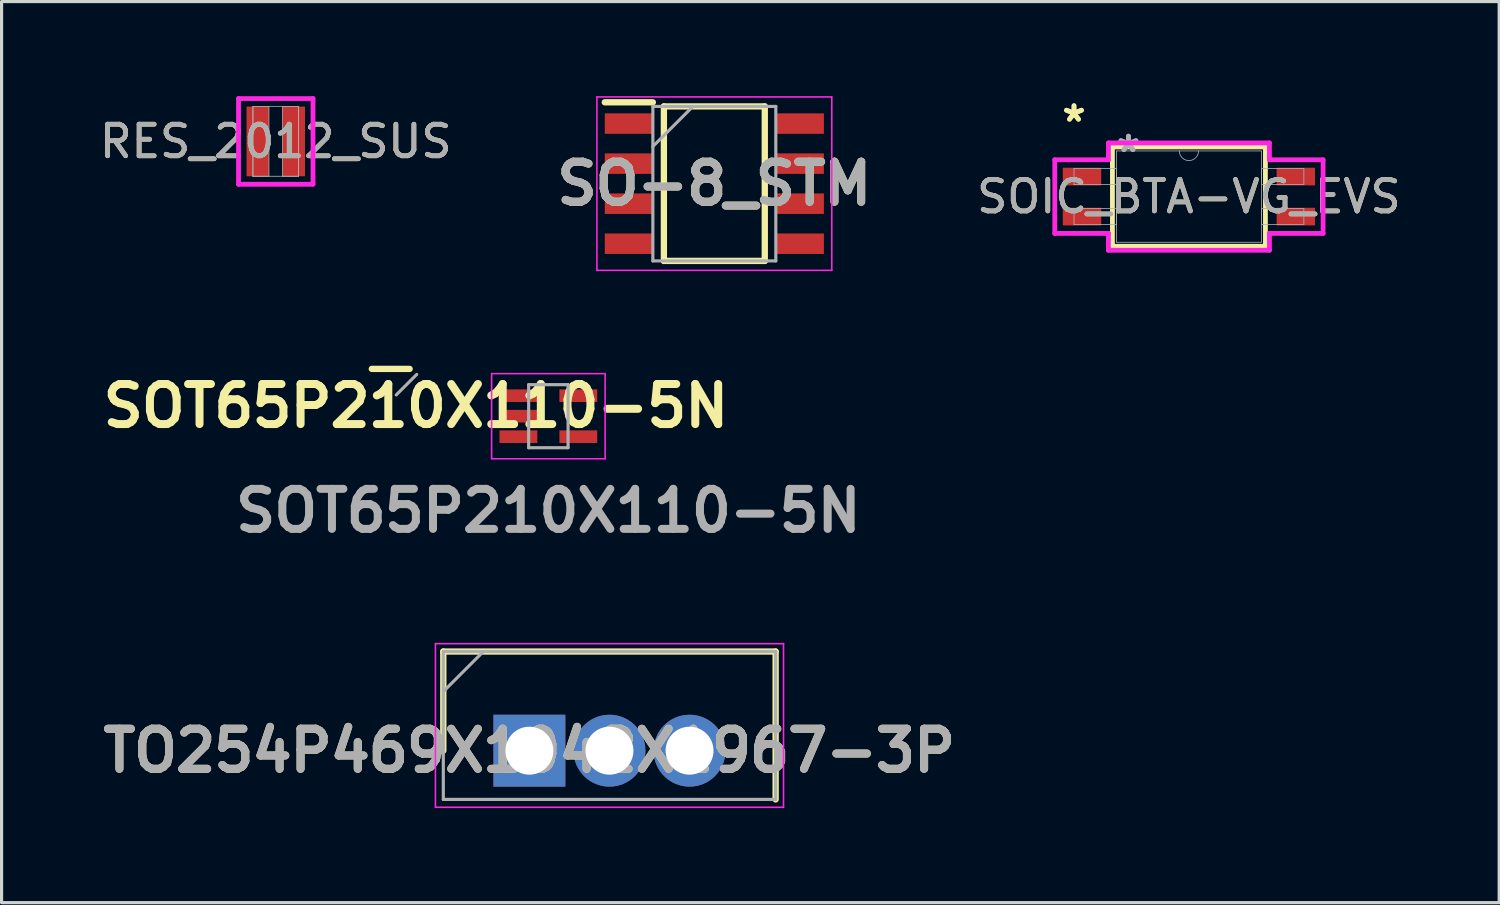
<source format=kicad_pcb>
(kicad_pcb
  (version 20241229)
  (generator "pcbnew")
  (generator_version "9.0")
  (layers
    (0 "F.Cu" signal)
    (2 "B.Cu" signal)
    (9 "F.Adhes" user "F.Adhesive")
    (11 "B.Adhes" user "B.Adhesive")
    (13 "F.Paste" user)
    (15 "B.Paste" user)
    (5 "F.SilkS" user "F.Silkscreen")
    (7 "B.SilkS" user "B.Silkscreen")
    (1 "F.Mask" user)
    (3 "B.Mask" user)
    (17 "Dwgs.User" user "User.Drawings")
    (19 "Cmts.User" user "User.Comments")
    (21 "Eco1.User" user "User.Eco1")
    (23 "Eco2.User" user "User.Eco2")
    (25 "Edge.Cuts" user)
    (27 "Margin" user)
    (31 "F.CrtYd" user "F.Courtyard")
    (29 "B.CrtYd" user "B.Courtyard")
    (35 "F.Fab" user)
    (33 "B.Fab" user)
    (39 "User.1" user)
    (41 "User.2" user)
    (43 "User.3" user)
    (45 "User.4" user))
  (footprint "SO-8_STM"
    (layer "F.Cu")
    (at 19.606 2.775)
    (property "Reference" "SO-8_STM" (at 0 0 0) (layer "F.SilkS") (effects (font (size 1.27 1.27) (thickness 0.254))))
    (attr smd)
    (fp_line (start -3.475 -2.58) (end -1.95 -2.58) (stroke (width 0.2) (type solid)) (layer "F.SilkS"))
    (fp_line (start -1.6 -2.45) (end 1.6 -2.45) (stroke (width 0.2) (type solid)) (layer "F.SilkS"))
    (fp_line (start -1.6 2.45) (end -1.6 -2.45) (stroke (width 0.2) (type solid)) (layer "F.SilkS"))
    (fp_line (start 1.6 -2.45) (end 1.6 2.45) (stroke (width 0.2) (type solid)) (layer "F.SilkS"))
    (fp_line (start 1.6 2.45) (end -1.6 2.45) (stroke (width 0.2) (type solid)) (layer "F.SilkS"))
    (fp_line (start -3.725 -2.75) (end 3.725 -2.75) (stroke (width 0.05) (type solid)) (layer "F.CrtYd"))
    (fp_line (start -3.725 2.75) (end -3.725 -2.75) (stroke (width 0.05) (type solid)) (layer "F.CrtYd"))
    (fp_line (start 3.725 -2.75) (end 3.725 2.75) (stroke (width 0.05) (type solid)) (layer "F.CrtYd"))
    (fp_line (start 3.725 2.75) (end -3.725 2.75) (stroke (width 0.05) (type solid)) (layer "F.CrtYd"))
    (fp_line (start -1.95 -2.45) (end 1.95 -2.45) (stroke (width 0.1) (type solid)) (layer "F.Fab"))
    (fp_line (start -1.95 -1.18) (end -0.68 -2.45) (stroke (width 0.1) (type solid)) (layer "F.Fab"))
    (fp_line (start -1.95 2.45) (end -1.95 -2.45) (stroke (width 0.1) (type solid)) (layer "F.Fab"))
    (fp_line (start 1.95 -2.45) (end 1.95 2.45) (stroke (width 0.1) (type solid)) (layer "F.Fab"))
    (fp_line (start 1.95 2.45) (end -1.95 2.45) (stroke (width 0.1) (type solid)) (layer "F.Fab"))
    (fp_text user "${REFERENCE}" (at 0 0 0) (layer "F.Fab") (effects (font (size 1.27 1.27) (thickness 0.254))))
    (pad "1" smd rect (at -2.712 -1.905 90) (size 0.65 1.525) (layers "F.Cu" "F.Mask" "F.Paste"))
    (pad "2" smd rect (at -2.712 -0.635 90) (size 0.65 1.525) (layers "F.Cu" "F.Mask" "F.Paste"))
    (pad "3" smd rect (at -2.712 0.635 90) (size 0.65 1.525) (layers "F.Cu" "F.Mask" "F.Paste"))
    (pad "4" smd rect (at -2.712 1.905 90) (size 0.65 1.525) (layers "F.Cu" "F.Mask" "F.Paste"))
    (pad "5" smd rect (at 2.712 1.905 90) (size 0.65 1.525) (layers "F.Cu" "F.Mask" "F.Paste"))
    (pad "6" smd rect (at 2.712 0.635 90) (size 0.65 1.525) (layers "F.Cu" "F.Mask" "F.Paste"))
    (pad "7" smd rect (at 2.712 -0.635 90) (size 0.65 1.525) (layers "F.Cu" "F.Mask" "F.Paste"))
    (pad "8" smd rect (at 2.712 -1.905 90) (size 0.65 1.525) (layers "F.Cu" "F.Mask" "F.Paste")))
  (footprint "RES_2012_SUS"
    (layer "F.Cu")
    (at 5.696 1.435)
    (property "Reference" "RES_2012_SUS" (at 0 0 0) (unlocked yes) (layer "F.SilkS") (effects (font (size 1 1) (thickness 0.15))))
    (attr smd)
    (fp_line (start -1.181 -1.359) (end 1.181 -1.359) (stroke (width 0.152) (type solid)) (layer "F.CrtYd"))
    (fp_line (start -1.181 1.359) (end -1.181 -1.359) (stroke (width 0.152) (type solid)) (layer "F.CrtYd"))
    (fp_line (start 1.181 -1.359) (end 1.181 1.359) (stroke (width 0.152) (type solid)) (layer "F.CrtYd"))
    (fp_line (start 1.181 1.359) (end -1.181 1.359) (stroke (width 0.152) (type solid)) (layer "F.CrtYd"))
    (fp_line (start -0.724 -1.105) (end -0.724 1.105) (stroke (width 0.025) (type solid)) (layer "F.Fab"))
    (fp_line (start -0.724 -1.105) (end -0.724 1.105) (stroke (width 0.025) (type solid)) (layer "F.Fab"))
    (fp_line (start -0.724 1.105) (end -0.216 1.105) (stroke (width 0.025) (type solid)) (layer "F.Fab"))
    (fp_line (start -0.724 1.105) (end 0.724 1.105) (stroke (width 0.025) (type solid)) (layer "F.Fab"))
    (fp_line (start -0.216 -1.105) (end -0.724 -1.105) (stroke (width 0.025) (type solid)) (layer "F.Fab"))
    (fp_line (start -0.216 1.105) (end -0.216 -1.105) (stroke (width 0.025) (type solid)) (layer "F.Fab"))
    (fp_line (start 0.216 -1.105) (end 0.216 1.105) (stroke (width 0.025) (type solid)) (layer "F.Fab"))
    (fp_line (start 0.216 1.105) (end 0.724 1.105) (stroke (width 0.025) (type solid)) (layer "F.Fab"))
    (fp_line (start 0.724 -1.105) (end -0.724 -1.105) (stroke (width 0.025) (type solid)) (layer "F.Fab"))
    (fp_line (start 0.724 -1.105) (end 0.216 -1.105) (stroke (width 0.025) (type solid)) (layer "F.Fab"))
    (fp_line (start 0.724 1.105) (end 0.724 -1.105) (stroke (width 0.025) (type solid)) (layer "F.Fab"))
    (fp_line (start 0.724 1.105) (end 0.724 -1.105) (stroke (width 0.025) (type solid)) (layer "F.Fab"))
    (fp_text user "${REFERENCE}" (at 0 0 0) (unlocked yes) (layer "F.Fab") (effects (font (size 1 1) (thickness 0.15))))
    (pad "1" smd rect (at -0.572 0) (size 0.711 2.21) (layers "F.Cu" "F.Mask" "F.Paste"))
    (pad "2" smd rect (at 0.572 0) (size 0.711 2.21) (layers "F.Cu" "F.Mask" "F.Paste"))
    (zone (net_name "") (layer "F.Cu") (hatch full 0.508) (connect_pads) (min_thickness 0.254) (filled_areas_thickness no) (keepout (tracks not_allowed) (vias not_allowed) (pads allowed) (copperpour not_allowed) (footprints allowed)) (placement (enabled no)) (fill) (polygon (pts (xy 5.531 0.381) (xy 5.862 0.381) (xy 5.862 2.489) (xy 5.531 2.489)))))
  (footprint "SOT65P210X110-5N"
    (layer "F.Cu")
    (at 14.342 10.15)
    (property "Reference" "SOT65P210X110-5N" (at -4.2 -0.325 0) (layer "F.SilkS") (effects (font (size 1.27 1.27) (thickness 0.254))))
    (attr smd)
    (fp_line (start -5.6 -1.5) (end -4.4 -1.5) (stroke (width 0.2) (type solid)) (layer "F.SilkS"))
    (fp_line (start -1.8 -1.35) (end 1.8 -1.35) (stroke (width 0.05) (type solid)) (layer "F.CrtYd"))
    (fp_line (start -1.8 1.35) (end -1.8 -1.35) (stroke (width 0.05) (type solid)) (layer "F.CrtYd"))
    (fp_line (start 1.8 -1.35) (end 1.8 1.35) (stroke (width 0.05) (type solid)) (layer "F.CrtYd"))
    (fp_line (start 1.8 1.35) (end -1.8 1.35) (stroke (width 0.05) (type solid)) (layer "F.CrtYd"))
    (fp_line (start -4.825 -0.675) (end -4.175 -1.325) (stroke (width 0.1) (type solid)) (layer "F.Fab"))
    (fp_line (start -0.625 -1) (end 0.625 -1) (stroke (width 0.1) (type solid)) (layer "F.Fab"))
    (fp_line (start -0.625 1) (end -0.625 -1) (stroke (width 0.1) (type solid)) (layer "F.Fab"))
    (fp_line (start 0.625 -1) (end 0.625 1) (stroke (width 0.1) (type solid)) (layer "F.Fab"))
    (fp_line (start 0.625 1) (end -0.625 1) (stroke (width 0.1) (type solid)) (layer "F.Fab"))
    (fp_text user "${REFERENCE}" (at 0 3 0) (layer "F.Fab") (effects (font (size 1.27 1.27) (thickness 0.254))))
    (pad "1" smd rect (at -0.95 -0.65 90) (size 0.4 1.2) (layers "F.Cu" "F.Mask" "F.Paste"))
    (pad "2" smd rect (at -0.95 0 90) (size 0.4 1.2) (layers "F.Cu" "F.Mask" "F.Paste"))
    (pad "3" smd rect (at -0.95 0.65 90) (size 0.4 1.2) (layers "F.Cu" "F.Mask" "F.Paste"))
    (pad "4" smd rect (at 0.95 0.65 90) (size 0.4 1.2) (layers "F.Cu" "F.Mask" "F.Paste"))
    (pad "5" smd rect (at 0.95 -0.65 90) (size 0.4 1.2) (layers "F.Cu" "F.Mask" "F.Paste")))
  (footprint "TO254P469X1042X1967-3P"
    (layer "F.Cu")
    (at 13.74 20.759)
    (property "Reference" "TO254P469X1042X1967-3P" (at 0 0 0) (layer "F.SilkS") (effects (font (size 1.27 1.27) (thickness 0.254))))
    (attr through_hole)
    (fp_line (start -2.73 -3.145) (end -2.73 0) (stroke (width 0.2) (type solid)) (layer "F.SilkS"))
    (fp_line (start 7.81 -3.145) (end -2.73 -3.145) (stroke (width 0.2) (type solid)) (layer "F.SilkS"))
    (fp_line (start 7.81 1.545) (end 7.81 -3.145) (stroke (width 0.2) (type solid)) (layer "F.SilkS"))
    (fp_line (start -2.98 -3.395) (end 8.06 -3.395) (stroke (width 0.05) (type solid)) (layer "F.CrtYd"))
    (fp_line (start -2.98 1.795) (end -2.98 -3.395) (stroke (width 0.05) (type solid)) (layer "F.CrtYd"))
    (fp_line (start 8.06 -3.395) (end 8.06 1.795) (stroke (width 0.05) (type solid)) (layer "F.CrtYd"))
    (fp_line (start 8.06 1.795) (end -2.98 1.795) (stroke (width 0.05) (type solid)) (layer "F.CrtYd"))
    (fp_line (start -2.73 -3.145) (end 7.81 -3.145) (stroke (width 0.1) (type solid)) (layer "F.Fab"))
    (fp_line (start -2.73 -1.875) (end -1.46 -3.145) (stroke (width 0.1) (type solid)) (layer "F.Fab"))
    (fp_line (start -2.73 1.545) (end -2.73 -3.145) (stroke (width 0.1) (type solid)) (layer "F.Fab"))
    (fp_line (start 7.81 -3.145) (end 7.81 1.545) (stroke (width 0.1) (type solid)) (layer "F.Fab"))
    (fp_line (start 7.81 1.545) (end -2.73 1.545) (stroke (width 0.1) (type solid)) (layer "F.Fab"))
    (fp_text user "${REFERENCE}" (at 0 0 0) (layer "F.Fab") (effects (font (size 1.27 1.27) (thickness 0.254))))
    (pad "1" thru_hole rect (at 0 0) (size 2.28 2.28) (drill 1.52) (layers "*.Cu" "*.Mask"))
    (pad "2" thru_hole circle (at 2.54 0) (size 2.28 2.28) (drill 1.52) (layers "*.Cu" "*.Mask"))
    (pad "3" thru_hole circle (at 5.08 0) (size 2.28 2.28) (drill 1.52) (layers "*.Cu" "*.Mask")))
  (footprint "SOIC_BTA-VG_EVS"
    (layer "F.Cu")
    (at 34.658 3.185)
    (property "Reference" "SOIC_BTA-VG_EVS" (at 0 0 0) (unlocked yes) (layer "F.SilkS") (effects (font (size 1 1) (thickness 0.15))))
    (attr smd)
    (fp_line (start -2.426 -1.575) (end -2.426 1.575) (stroke (width 0.152) (type solid)) (layer "F.SilkS"))
    (fp_line (start -2.426 1.575) (end 2.426 1.575) (stroke (width 0.152) (type solid)) (layer "F.SilkS"))
    (fp_line (start 2.426 -1.575) (end -2.426 -1.575) (stroke (width 0.152) (type solid)) (layer "F.SilkS"))
    (fp_line (start 2.426 1.575) (end 2.426 -1.575) (stroke (width 0.152) (type solid)) (layer "F.SilkS"))
    (fp_line (start -4.255 -1.168) (end -2.553 -1.168) (stroke (width 0.152) (type solid)) (layer "F.CrtYd"))
    (fp_line (start -4.255 1.168) (end -4.255 -1.168) (stroke (width 0.152) (type solid)) (layer "F.CrtYd"))
    (fp_line (start -4.255 1.168) (end -2.553 1.168) (stroke (width 0.152) (type solid)) (layer "F.CrtYd"))
    (fp_line (start -2.553 -1.702) (end 2.553 -1.702) (stroke (width 0.152) (type solid)) (layer "F.CrtYd"))
    (fp_line (start -2.553 -1.168) (end -2.553 -1.702) (stroke (width 0.152) (type solid)) (layer "F.CrtYd"))
    (fp_line (start -2.553 1.702) (end -2.553 1.168) (stroke (width 0.152) (type solid)) (layer "F.CrtYd"))
    (fp_line (start 2.553 -1.702) (end 2.553 -1.168) (stroke (width 0.152) (type solid)) (layer "F.CrtYd"))
    (fp_line (start 2.553 1.168) (end 2.553 1.702) (stroke (width 0.152) (type solid)) (layer "F.CrtYd"))
    (fp_line (start 2.553 1.702) (end -2.553 1.702) (stroke (width 0.152) (type solid)) (layer "F.CrtYd"))
    (fp_line (start 4.255 -1.168) (end 2.553 -1.168) (stroke (width 0.152) (type solid)) (layer "F.CrtYd"))
    (fp_line (start 4.255 -1.168) (end 4.255 1.168) (stroke (width 0.152) (type solid)) (layer "F.CrtYd"))
    (fp_line (start 4.255 1.168) (end 2.553 1.168) (stroke (width 0.152) (type solid)) (layer "F.CrtYd"))
    (fp_line (start -3.645 -0.889) (end -3.645 -0.381) (stroke (width 0.025) (type solid)) (layer "F.Fab"))
    (fp_line (start -3.645 -0.381) (end -2.299 -0.381) (stroke (width 0.025) (type solid)) (layer "F.Fab"))
    (fp_line (start -3.645 0.381) (end -3.645 0.889) (stroke (width 0.025) (type solid)) (layer "F.Fab"))
    (fp_line (start -3.645 0.889) (end -2.299 0.889) (stroke (width 0.025) (type solid)) (layer "F.Fab"))
    (fp_line (start -2.299 -1.448) (end -2.299 1.448) (stroke (width 0.025) (type solid)) (layer "F.Fab"))
    (fp_line (start -2.299 -0.889) (end -3.645 -0.889) (stroke (width 0.025) (type solid)) (layer "F.Fab"))
    (fp_line (start -2.299 -0.381) (end -2.299 -0.889) (stroke (width 0.025) (type solid)) (layer "F.Fab"))
    (fp_line (start -2.299 0.381) (end -3.645 0.381) (stroke (width 0.025) (type solid)) (layer "F.Fab"))
    (fp_line (start -2.299 0.889) (end -2.299 0.381) (stroke (width 0.025) (type solid)) (layer "F.Fab"))
    (fp_line (start -2.299 1.448) (end 2.299 1.448) (stroke (width 0.025) (type solid)) (layer "F.Fab"))
    (fp_line (start 2.299 -1.448) (end -2.299 -1.448) (stroke (width 0.025) (type solid)) (layer "F.Fab"))
    (fp_line (start 2.299 -0.889) (end 2.299 -0.381) (stroke (width 0.025) (type solid)) (layer "F.Fab"))
    (fp_line (start 2.299 -0.381) (end 3.645 -0.381) (stroke (width 0.025) (type solid)) (layer "F.Fab"))
    (fp_line (start 2.299 0.381) (end 2.299 0.889) (stroke (width 0.025) (type solid)) (layer "F.Fab"))
    (fp_line (start 2.299 0.889) (end 3.645 0.889) (stroke (width 0.025) (type solid)) (layer "F.Fab"))
    (fp_line (start 2.299 1.448) (end 2.299 -1.448) (stroke (width 0.025) (type solid)) (layer "F.Fab"))
    (fp_line (start 3.645 -0.889) (end 2.299 -0.889) (stroke (width 0.025) (type solid)) (layer "F.Fab"))
    (fp_line (start 3.645 -0.381) (end 3.645 -0.889) (stroke (width 0.025) (type solid)) (layer "F.Fab"))
    (fp_line (start 3.645 0.381) (end 2.299 0.381) (stroke (width 0.025) (type solid)) (layer "F.Fab"))
    (fp_line (start 3.645 0.889) (end 3.645 0.381) (stroke (width 0.025) (type solid)) (layer "F.Fab"))
    (fp_arc (start 0.3048 -1.4478) (mid 0 -1.143) (end -0.3048 -1.4478) (stroke (width 0.0254) (type solid)) (layer "F.Fab"))
    (fp_text user "*" (at -3.645 -2.337 0) (unlocked yes) (layer "F.SilkS") (effects (font (size 1 1) (thickness 0.15))))
    (fp_text user "*" (at -3.645 -2.337 0) (layer "F.SilkS") (effects (font (size 1 1) (thickness 0.15))))
    (fp_text user "*" (at -1.918 -1.372 0) (layer "F.Fab") (effects (font (size 1 1) (thickness 0.15))))
    (fp_text user "*" (at -1.918 -1.372 0) (unlocked yes) (layer "F.Fab") (effects (font (size 1 1) (thickness 0.15))))
    (fp_text user "${REFERENCE}" (at 0 0 0) (unlocked yes) (layer "F.Fab") (effects (font (size 1 1) (thickness 0.15))))
    (pad "1" smd rect (at -3.391 -0.635) (size 1.219 0.559) (layers "F.Cu" "F.Mask" "F.Paste"))
    (pad "2" smd rect (at -3.391 0.635) (size 1.219 0.559) (layers "F.Cu" "F.Mask" "F.Paste"))
    (pad "3" smd rect (at 3.391 0.635) (size 1.219 0.559) (layers "F.Cu" "F.Mask" "F.Paste"))
    (pad "4" smd rect (at 3.391 -0.635) (size 1.219 0.559) (layers "F.Cu" "F.Mask" "F.Paste")))
  (gr_rect
    (start -3 -3)
    (end 44.498 25.579)
    (stroke (width 0.1) (type default))
    (fill no)
    (layer "Edge.Cuts")))
</source>
